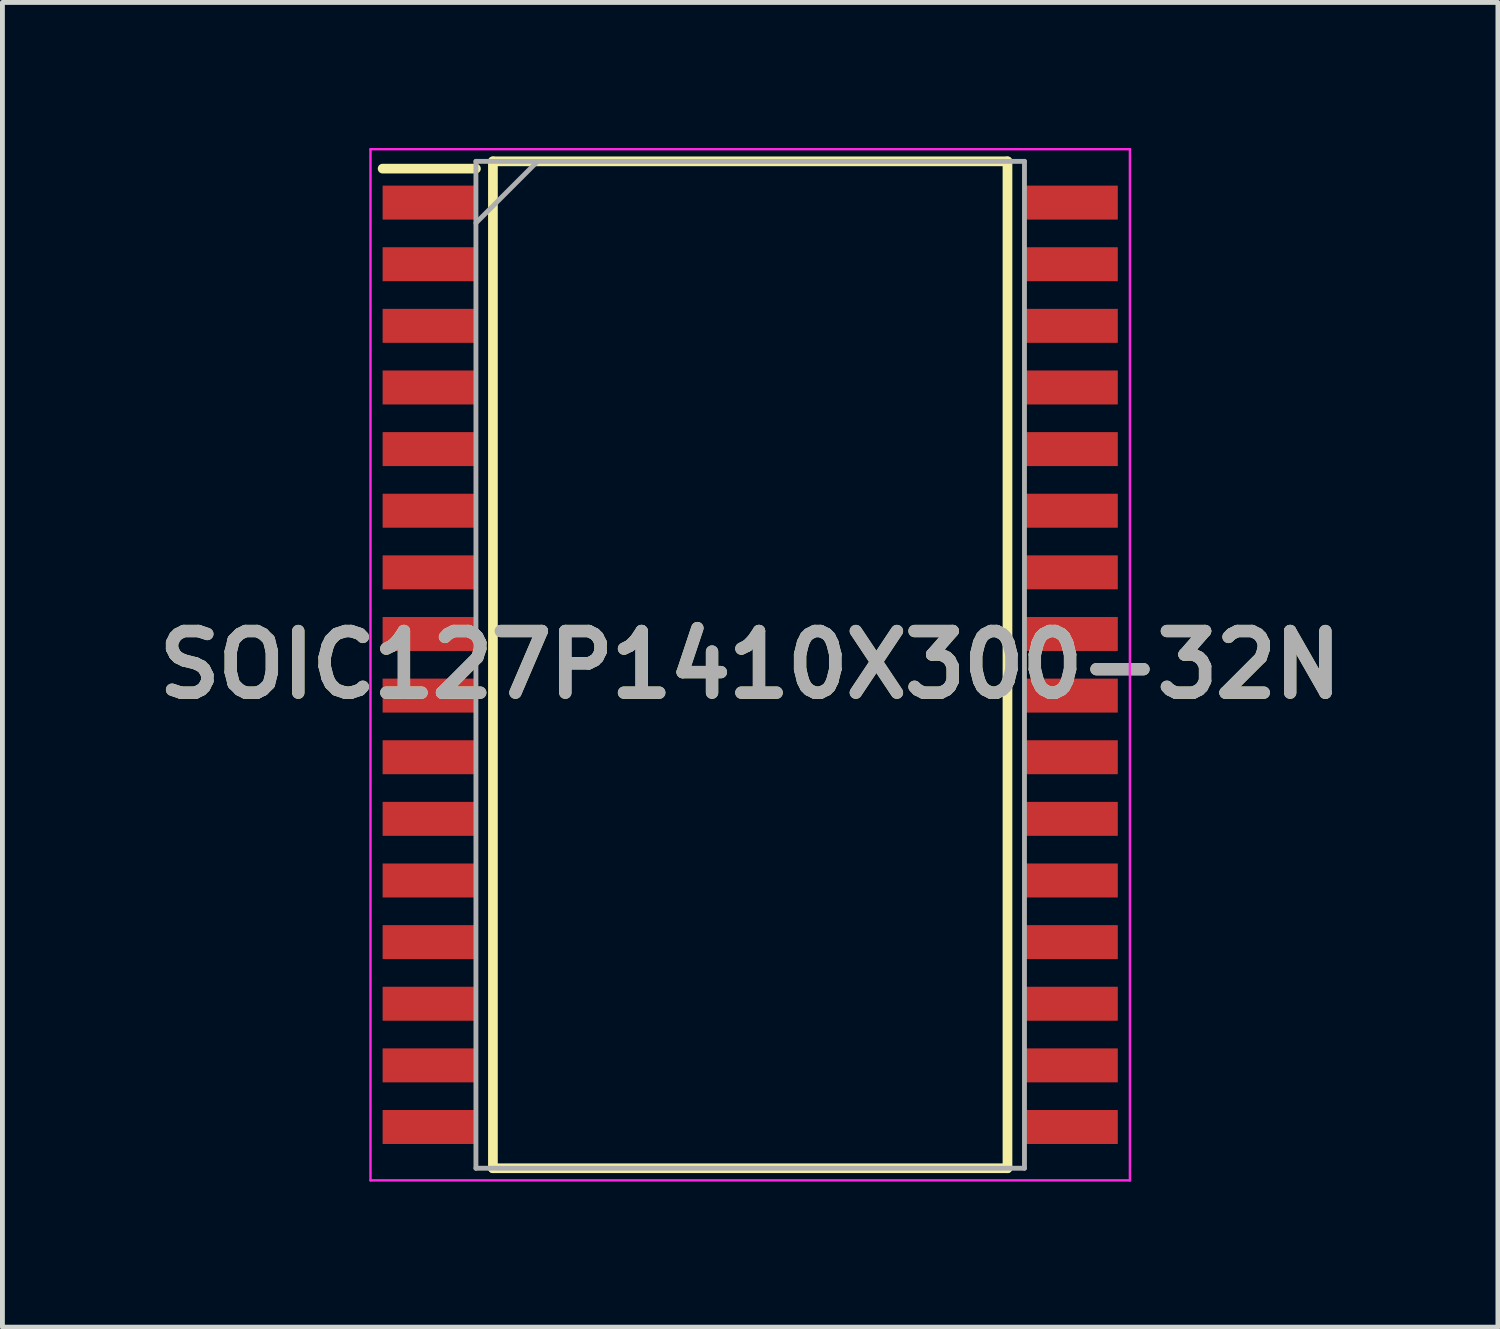
<source format=kicad_pcb>
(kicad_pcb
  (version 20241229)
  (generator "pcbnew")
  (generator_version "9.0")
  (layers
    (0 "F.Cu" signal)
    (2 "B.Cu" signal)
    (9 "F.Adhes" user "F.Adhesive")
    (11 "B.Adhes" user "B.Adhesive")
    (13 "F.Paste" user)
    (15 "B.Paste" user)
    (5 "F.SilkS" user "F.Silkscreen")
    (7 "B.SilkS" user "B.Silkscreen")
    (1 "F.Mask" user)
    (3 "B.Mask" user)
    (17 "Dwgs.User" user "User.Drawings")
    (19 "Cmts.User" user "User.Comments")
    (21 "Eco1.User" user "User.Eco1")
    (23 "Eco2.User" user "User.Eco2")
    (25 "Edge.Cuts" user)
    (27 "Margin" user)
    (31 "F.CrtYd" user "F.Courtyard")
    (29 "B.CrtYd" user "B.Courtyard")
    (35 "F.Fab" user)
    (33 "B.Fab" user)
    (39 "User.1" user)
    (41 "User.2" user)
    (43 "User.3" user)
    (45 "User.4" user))
  (footprint "SOIC127P1410X300-32N"
    (layer "F.Cu")
    (at 12.41 10.65)
    (property "Reference" "SOIC127P1410X300-32N" (at 0 0 0) (layer "F.SilkS") (effects (font (size 1.27 1.27) (thickness 0.254))))
    (attr smd)
    (fp_line (start -7.575 -10.225) (end -5.652 -10.225) (stroke (width 0.2) (type solid)) (layer "F.SilkS"))
    (fp_line (start -5.302 -10.375) (end 5.302 -10.375) (stroke (width 0.2) (type solid)) (layer "F.SilkS"))
    (fp_line (start -5.302 10.375) (end -5.302 -10.375) (stroke (width 0.2) (type solid)) (layer "F.SilkS"))
    (fp_line (start 5.302 -10.375) (end 5.302 10.375) (stroke (width 0.2) (type solid)) (layer "F.SilkS"))
    (fp_line (start 5.302 10.375) (end -5.302 10.375) (stroke (width 0.2) (type solid)) (layer "F.SilkS"))
    (fp_line (start -7.825 -10.625) (end 7.825 -10.625) (stroke (width 0.05) (type solid)) (layer "F.CrtYd"))
    (fp_line (start -7.825 10.625) (end -7.825 -10.625) (stroke (width 0.05) (type solid)) (layer "F.CrtYd"))
    (fp_line (start 7.825 -10.625) (end 7.825 10.625) (stroke (width 0.05) (type solid)) (layer "F.CrtYd"))
    (fp_line (start 7.825 10.625) (end -7.825 10.625) (stroke (width 0.05) (type solid)) (layer "F.CrtYd"))
    (fp_line (start -5.652 -10.375) (end 5.652 -10.375) (stroke (width 0.1) (type solid)) (layer "F.Fab"))
    (fp_line (start -5.652 -9.105) (end -4.382 -10.375) (stroke (width 0.1) (type solid)) (layer "F.Fab"))
    (fp_line (start -5.652 10.375) (end -5.652 -10.375) (stroke (width 0.1) (type solid)) (layer "F.Fab"))
    (fp_line (start 5.652 -10.375) (end 5.652 10.375) (stroke (width 0.1) (type solid)) (layer "F.Fab"))
    (fp_line (start 5.652 10.375) (end -5.652 10.375) (stroke (width 0.1) (type solid)) (layer "F.Fab"))
    (fp_text user "${REFERENCE}" (at 0 0 0) (layer "F.Fab") (effects (font (size 1.27 1.27) (thickness 0.254))))
    (pad "1" smd rect (at -6.613 -9.525 90) (size 0.7 1.924) (layers "F.Cu" "F.Mask" "F.Paste"))
    (pad "2" smd rect (at -6.613 -8.255 90) (size 0.7 1.924) (layers "F.Cu" "F.Mask" "F.Paste"))
    (pad "3" smd rect (at -6.613 -6.985 90) (size 0.7 1.924) (layers "F.Cu" "F.Mask" "F.Paste"))
    (pad "4" smd rect (at -6.613 -5.715 90) (size 0.7 1.924) (layers "F.Cu" "F.Mask" "F.Paste"))
    (pad "5" smd rect (at -6.613 -4.445 90) (size 0.7 1.924) (layers "F.Cu" "F.Mask" "F.Paste"))
    (pad "6" smd rect (at -6.613 -3.175 90) (size 0.7 1.924) (layers "F.Cu" "F.Mask" "F.Paste"))
    (pad "7" smd rect (at -6.613 -1.905 90) (size 0.7 1.924) (layers "F.Cu" "F.Mask" "F.Paste"))
    (pad "8" smd rect (at -6.613 -0.635 90) (size 0.7 1.924) (layers "F.Cu" "F.Mask" "F.Paste"))
    (pad "9" smd rect (at -6.613 0.635 90) (size 0.7 1.924) (layers "F.Cu" "F.Mask" "F.Paste"))
    (pad "10" smd rect (at -6.613 1.905 90) (size 0.7 1.924) (layers "F.Cu" "F.Mask" "F.Paste"))
    (pad "11" smd rect (at -6.613 3.175 90) (size 0.7 1.924) (layers "F.Cu" "F.Mask" "F.Paste"))
    (pad "12" smd rect (at -6.613 4.445 90) (size 0.7 1.924) (layers "F.Cu" "F.Mask" "F.Paste"))
    (pad "13" smd rect (at -6.613 5.715 90) (size 0.7 1.924) (layers "F.Cu" "F.Mask" "F.Paste"))
    (pad "14" smd rect (at -6.613 6.985 90) (size 0.7 1.924) (layers "F.Cu" "F.Mask" "F.Paste"))
    (pad "15" smd rect (at -6.613 8.255 90) (size 0.7 1.924) (layers "F.Cu" "F.Mask" "F.Paste"))
    (pad "16" smd rect (at -6.613 9.525 90) (size 0.7 1.924) (layers "F.Cu" "F.Mask" "F.Paste"))
    (pad "17" smd rect (at 6.613 9.525 90) (size 0.7 1.924) (layers "F.Cu" "F.Mask" "F.Paste"))
    (pad "18" smd rect (at 6.613 8.255 90) (size 0.7 1.924) (layers "F.Cu" "F.Mask" "F.Paste"))
    (pad "19" smd rect (at 6.613 6.985 90) (size 0.7 1.924) (layers "F.Cu" "F.Mask" "F.Paste"))
    (pad "20" smd rect (at 6.613 5.715 90) (size 0.7 1.924) (layers "F.Cu" "F.Mask" "F.Paste"))
    (pad "21" smd rect (at 6.613 4.445 90) (size 0.7 1.924) (layers "F.Cu" "F.Mask" "F.Paste"))
    (pad "22" smd rect (at 6.613 3.175 90) (size 0.7 1.924) (layers "F.Cu" "F.Mask" "F.Paste"))
    (pad "23" smd rect (at 6.613 1.905 90) (size 0.7 1.924) (layers "F.Cu" "F.Mask" "F.Paste"))
    (pad "24" smd rect (at 6.613 0.635 90) (size 0.7 1.924) (layers "F.Cu" "F.Mask" "F.Paste"))
    (pad "25" smd rect (at 6.613 -0.635 90) (size 0.7 1.924) (layers "F.Cu" "F.Mask" "F.Paste"))
    (pad "26" smd rect (at 6.613 -1.905 90) (size 0.7 1.924) (layers "F.Cu" "F.Mask" "F.Paste"))
    (pad "27" smd rect (at 6.613 -3.175 90) (size 0.7 1.924) (layers "F.Cu" "F.Mask" "F.Paste"))
    (pad "28" smd rect (at 6.613 -4.445 90) (size 0.7 1.924) (layers "F.Cu" "F.Mask" "F.Paste"))
    (pad "29" smd rect (at 6.613 -5.715 90) (size 0.7 1.924) (layers "F.Cu" "F.Mask" "F.Paste"))
    (pad "30" smd rect (at 6.613 -6.985 90) (size 0.7 1.924) (layers "F.Cu" "F.Mask" "F.Paste"))
    (pad "31" smd rect (at 6.613 -8.255 90) (size 0.7 1.924) (layers "F.Cu" "F.Mask" "F.Paste"))
    (pad "32" smd rect (at 6.613 -9.525 90) (size 0.7 1.924) (layers "F.Cu" "F.Mask" "F.Paste")))
  (gr_rect
    (start -3 -3)
    (end 27.819 24.3)
    (stroke (width 0.1) (type default))
    (fill no)
    (layer "Edge.Cuts")))
</source>
